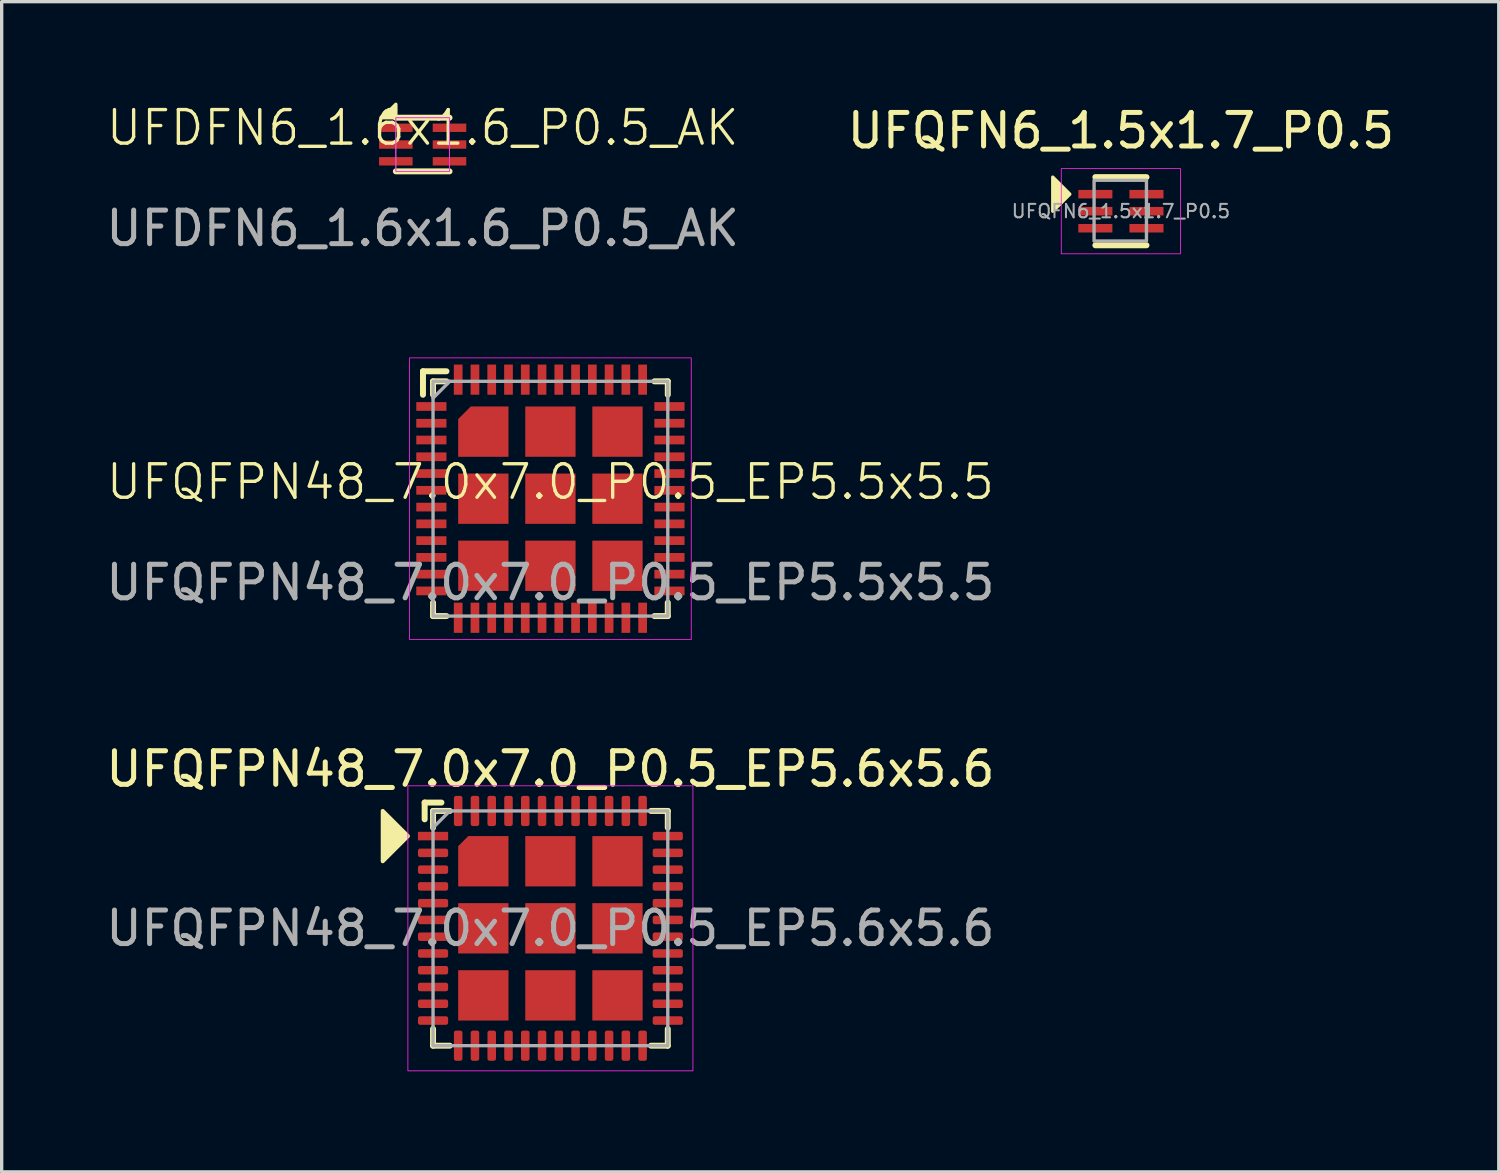
<source format=kicad_pcb>
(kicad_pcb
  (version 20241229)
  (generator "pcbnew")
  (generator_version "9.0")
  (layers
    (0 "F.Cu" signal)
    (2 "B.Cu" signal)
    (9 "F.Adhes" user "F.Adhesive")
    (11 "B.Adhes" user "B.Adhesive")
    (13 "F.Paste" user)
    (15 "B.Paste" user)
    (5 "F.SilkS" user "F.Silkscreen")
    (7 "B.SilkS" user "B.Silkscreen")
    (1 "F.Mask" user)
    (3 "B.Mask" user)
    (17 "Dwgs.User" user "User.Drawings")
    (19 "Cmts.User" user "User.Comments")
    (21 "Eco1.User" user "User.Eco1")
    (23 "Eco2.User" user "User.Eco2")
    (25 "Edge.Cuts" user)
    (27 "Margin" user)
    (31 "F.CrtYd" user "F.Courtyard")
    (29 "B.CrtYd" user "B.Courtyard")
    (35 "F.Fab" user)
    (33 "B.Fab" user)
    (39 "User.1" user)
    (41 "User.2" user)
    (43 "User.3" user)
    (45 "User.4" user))
  (footprint "UFDFN6_1.6x1.6_P0.5_AK"
    (layer "F.Cu")
    (at 9.554 1.26)
    (property "Reference" "UFDFN6_1.6x1.6_P0.5_AK" (at 0 -0.5 0) (unlocked yes) (layer "F.SilkS") (effects (font (size 1 1) (thickness 0.1))))
    (attr smd)
    (fp_line (start -0.8 -0.8) (end 0.8 -0.8) (stroke (width 0.178) (type default)) (layer "F.SilkS"))
    (fp_line (start -0.8 0.8) (end 0.8 0.8) (stroke (width 0.178) (type default)) (layer "F.SilkS"))
    (fp_poly (pts (xy -0.8 -0.8) (xy -1.2 -0.8) (xy -0.8 -1.2)) (stroke (width 0.1) (type solid)) (fill yes) (layer "F.SilkS"))
    (fp_rect (start -0.8 -0.8) (end 0.8 0.8) (stroke (width 0.025) (type default)) (fill no) (layer "F.CrtYd"))
    (fp_rect (start -0.8 0.8) (end 0.8 -0.8) (stroke (width 0.025) (type default)) (fill no) (layer "F.Fab"))
    (fp_text user "${REFERENCE}" (at 0 2.5 0) (unlocked yes) (layer "F.Fab") (effects (font (size 1 1) (thickness 0.15))))
    (pad "A" smd rect (at -0.8 -0.5) (size 1 0.25) (layers "F.Cu" "F.Mask" "F.Paste"))
    (pad "A" smd rect (at -0.8 0) (size 1 0.25) (layers "F.Cu" "F.Mask" "F.Paste"))
    (pad "A" smd rect (at -0.8 0.5) (size 1 0.25) (layers "F.Cu" "F.Mask" "F.Paste"))
    (pad "C" smd rect (at 0.8 -0.5) (size 1 0.25) (layers "F.Cu" "F.Mask" "F.Paste"))
    (pad "C" smd rect (at 0.8 0) (size 1 0.25) (layers "F.Cu" "F.Mask" "F.Paste"))
    (pad "C" smd rect (at 0.8 0.5) (size 1 0.25) (layers "F.Cu" "F.Mask" "F.Paste")))
  (footprint "UFQFPN48_7.0x7.0_P0.5_EP5.5x5.5"
    (layer "F.Cu")
    (at 13.363 11.821)
    (property "Reference" "UFQFPN48_7.0x7.0_P0.5_EP5.5x5.5" (at 0 -0.5 0) (unlocked yes) (layer "F.SilkS") (effects (font (size 1 1) (thickness 0.1))))
    (attr smd)
    (fp_line (start -3.8 -3.8) (end -3.1 -3.8) (stroke (width 0.178) (type default)) (layer "F.SilkS"))
    (fp_line (start -3.8 -3.1) (end -3.8 -3.8) (stroke (width 0.178) (type default)) (layer "F.SilkS"))
    (fp_line (start -3.5 -3.5) (end -3.1 -3.5) (stroke (width 0.178) (type default)) (layer "F.SilkS"))
    (fp_line (start -3.5 -3.1) (end -3.5 -3.5) (stroke (width 0.178) (type default)) (layer "F.SilkS"))
    (fp_line (start -3.5 3.5) (end -3.5 3.1) (stroke (width 0.178) (type default)) (layer "F.SilkS"))
    (fp_line (start -3.1 3.5) (end -3.5 3.5) (stroke (width 0.178) (type default)) (layer "F.SilkS"))
    (fp_line (start 3.1 -3.5) (end 3.5 -3.5) (stroke (width 0.178) (type default)) (layer "F.SilkS"))
    (fp_line (start 3.5 -3.5) (end 3.5 -3.1) (stroke (width 0.178) (type default)) (layer "F.SilkS"))
    (fp_line (start 3.5 3.1) (end 3.5 3.5) (stroke (width 0.178) (type default)) (layer "F.SilkS"))
    (fp_line (start 3.5 3.5) (end 3.1 3.5) (stroke (width 0.178) (type default)) (layer "F.SilkS"))
    (fp_rect (start -4.2 -4.2) (end 4.2 4.2) (stroke (width 0.025) (type default)) (fill no) (layer "F.CrtYd"))
    (fp_line (start -3.5 -3) (end -3 -3.5) (stroke (width 0.1) (type default)) (layer "F.Fab"))
    (fp_rect (start -3.5 3.5) (end 3.5 -3.5) (stroke (width 0.1) (type default)) (fill no) (layer "F.Fab"))
    (fp_text user "${REFERENCE}" (at 0 2.5 0) (unlocked yes) (layer "F.Fab") (effects (font (size 1 1) (thickness 0.15))))
    (pad "1" smd rect (at -3.55 -2.75) (size 0.9 0.26) (layers "F.Cu" "F.Mask" "F.Paste"))
    (pad "2" smd rect (at -3.55 -2.25) (size 0.9 0.26) (layers "F.Cu" "F.Mask" "F.Paste"))
    (pad "3" smd rect (at -3.55 -1.75) (size 0.9 0.26) (layers "F.Cu" "F.Mask" "F.Paste"))
    (pad "4" smd rect (at -3.55 -1.25) (size 0.9 0.26) (layers "F.Cu" "F.Mask" "F.Paste"))
    (pad "5" smd rect (at -3.55 -0.75) (size 0.9 0.26) (layers "F.Cu" "F.Mask" "F.Paste"))
    (pad "6" smd rect (at -3.55 -0.25) (size 0.9 0.26) (layers "F.Cu" "F.Mask" "F.Paste"))
    (pad "7" smd rect (at -3.55 0.25) (size 0.9 0.26) (layers "F.Cu" "F.Mask" "F.Paste"))
    (pad "8" smd rect (at -3.55 0.75) (size 0.9 0.26) (layers "F.Cu" "F.Mask" "F.Paste"))
    (pad "9" smd rect (at -3.55 1.25) (size 0.9 0.26) (layers "F.Cu" "F.Mask" "F.Paste"))
    (pad "10" smd rect (at -3.55 1.75) (size 0.9 0.26) (layers "F.Cu" "F.Mask" "F.Paste"))
    (pad "11" smd rect (at -3.55 2.25) (size 0.9 0.26) (layers "F.Cu" "F.Mask" "F.Paste"))
    (pad "12" smd rect (at -3.55 2.75) (size 0.9 0.26) (layers "F.Cu" "F.Mask" "F.Paste"))
    (pad "13" smd rect (at -2.75 3.55) (size 0.26 0.9) (layers "F.Cu" "F.Mask" "F.Paste"))
    (pad "14" smd rect (at -2.25 3.55) (size 0.26 0.9) (layers "F.Cu" "F.Mask" "F.Paste"))
    (pad "15" smd rect (at -1.75 3.55) (size 0.26 0.9) (layers "F.Cu" "F.Mask" "F.Paste"))
    (pad "16" smd rect (at -1.25 3.55) (size 0.26 0.9) (layers "F.Cu" "F.Mask" "F.Paste"))
    (pad "17" smd rect (at -0.75 3.55) (size 0.26 0.9) (layers "F.Cu" "F.Mask" "F.Paste"))
    (pad "18" smd rect (at -0.25 3.55) (size 0.26 0.9) (layers "F.Cu" "F.Mask" "F.Paste"))
    (pad "19" smd rect (at 0.25 3.55) (size 0.26 0.9) (layers "F.Cu" "F.Mask" "F.Paste"))
    (pad "20" smd rect (at 0.75 3.55) (size 0.26 0.9) (layers "F.Cu" "F.Mask" "F.Paste"))
    (pad "21" smd rect (at 1.25 3.55) (size 0.26 0.9) (layers "F.Cu" "F.Mask" "F.Paste"))
    (pad "22" smd rect (at 1.75 3.55) (size 0.26 0.9) (layers "F.Cu" "F.Mask" "F.Paste"))
    (pad "23" smd rect (at 2.25 3.55) (size 0.26 0.9) (layers "F.Cu" "F.Mask" "F.Paste"))
    (pad "24" smd rect (at 2.75 3.55) (size 0.26 0.9) (layers "F.Cu" "F.Mask" "F.Paste"))
    (pad "25" smd rect (at 3.55 2.75) (size 0.9 0.26) (layers "F.Cu" "F.Mask" "F.Paste"))
    (pad "26" smd rect (at 3.55 2.25) (size 0.9 0.26) (layers "F.Cu" "F.Mask" "F.Paste"))
    (pad "27" smd rect (at 3.55 1.75) (size 0.9 0.26) (layers "F.Cu" "F.Mask" "F.Paste"))
    (pad "28" smd rect (at 3.55 1.25) (size 0.9 0.26) (layers "F.Cu" "F.Mask" "F.Paste"))
    (pad "29" smd rect (at 3.55 0.75) (size 0.9 0.26) (layers "F.Cu" "F.Mask" "F.Paste"))
    (pad "30" smd rect (at 3.55 0.25) (size 0.9 0.26) (layers "F.Cu" "F.Mask" "F.Paste"))
    (pad "31" smd rect (at 3.55 -0.25) (size 0.9 0.26) (layers "F.Cu" "F.Mask" "F.Paste"))
    (pad "32" smd rect (at 3.55 -0.75) (size 0.9 0.26) (layers "F.Cu" "F.Mask" "F.Paste"))
    (pad "33" smd rect (at 3.55 -1.25) (size 0.9 0.26) (layers "F.Cu" "F.Mask" "F.Paste"))
    (pad "34" smd rect (at 3.55 -1.75) (size 0.9 0.26) (layers "F.Cu" "F.Mask" "F.Paste"))
    (pad "35" smd rect (at 3.55 -2.25) (size 0.9 0.26) (layers "F.Cu" "F.Mask" "F.Paste"))
    (pad "36" smd rect (at 3.55 -2.75) (size 0.9 0.26) (layers "F.Cu" "F.Mask" "F.Paste"))
    (pad "37" smd rect (at 2.75 -3.55) (size 0.26 0.9) (layers "F.Cu" "F.Mask" "F.Paste"))
    (pad "38" smd rect (at 2.25 -3.55) (size 0.26 0.9) (layers "F.Cu" "F.Mask" "F.Paste"))
    (pad "39" smd rect (at 1.75 -3.55) (size 0.26 0.9) (layers "F.Cu" "F.Mask" "F.Paste"))
    (pad "40" smd rect (at 1.25 -3.55) (size 0.26 0.9) (layers "F.Cu" "F.Mask" "F.Paste"))
    (pad "41" smd rect (at 0.75 -3.55) (size 0.26 0.9) (layers "F.Cu" "F.Mask" "F.Paste"))
    (pad "42" smd rect (at 0.25 -3.55) (size 0.26 0.9) (layers "F.Cu" "F.Mask" "F.Paste"))
    (pad "43" smd rect (at -0.25 -3.55) (size 0.26 0.9) (layers "F.Cu" "F.Mask" "F.Paste"))
    (pad "44" smd rect (at -0.75 -3.55) (size 0.26 0.9) (layers "F.Cu" "F.Mask" "F.Paste"))
    (pad "45" smd rect (at -1.25 -3.55) (size 0.26 0.9) (layers "F.Cu" "F.Mask" "F.Paste"))
    (pad "46" smd rect (at -1.75 -3.55) (size 0.26 0.9) (layers "F.Cu" "F.Mask" "F.Paste"))
    (pad "47" smd rect (at -2.25 -3.55) (size 0.26 0.9) (layers "F.Cu" "F.Mask" "F.Paste"))
    (pad "48" smd rect (at -2.75 -3.55) (size 0.26 0.9) (layers "F.Cu" "F.Mask" "F.Paste"))
    (pad "49" smd roundrect (at -2 -2) (size 1.5 1.5) (layers "F.Cu" "F.Mask" "F.Paste") (roundrect_rratio 0) (chamfer_ratio 0.25) (chamfer top_left))
    (pad "49" smd rect (at -2 0) (size 1.5 1.5) (layers "F.Cu" "F.Mask" "F.Paste"))
    (pad "49" smd rect (at -2 2) (size 1.5 1.5) (layers "F.Cu" "F.Mask" "F.Paste"))
    (pad "49" smd rect (at 0 -2) (size 1.5 1.5) (layers "F.Cu" "F.Mask" "F.Paste"))
    (pad "49" smd rect (at 0 0) (size 1.5 1.5) (layers "F.Cu" "F.Mask" "F.Paste"))
    (pad "49" smd rect (at 0 2) (size 1.5 1.5) (layers "F.Cu" "F.Mask" "F.Paste"))
    (pad "49" smd rect (at 2 -2) (size 1.5 1.5) (layers "F.Cu" "F.Mask" "F.Paste"))
    (pad "49" smd rect (at 2 0) (size 1.5 1.5) (layers "F.Cu" "F.Mask" "F.Paste"))
    (pad "49" smd rect (at 2 2) (size 1.5 1.5) (layers "F.Cu" "F.Mask" "F.Paste")))
  (footprint "UFQFPN48_7.0x7.0_P0.5_EP5.6x5.6"
    (layer "F.Cu")
    (at 13.363 24.632)
    (property "Reference" "UFQFPN48_7.0x7.0_P0.5_EP5.6x5.6" (at 0 -4.75 0) (unlocked yes) (layer "F.SilkS") (effects (font (size 1 1) (thickness 0.15))))
    (attr smd)
    (fp_line (start -3.75 -3.75) (end -3.25 -3.75) (stroke (width 0.178) (type solid)) (layer "F.SilkS"))
    (fp_line (start -3.75 -3.25) (end -3.75 -3.75) (stroke (width 0.178) (type solid)) (layer "F.SilkS"))
    (fp_line (start -3.5 -3.5) (end -3 -3.5) (stroke (width 0.178) (type solid)) (layer "F.SilkS"))
    (fp_line (start -3.5 -3) (end -3.5 -3.5) (stroke (width 0.178) (type solid)) (layer "F.SilkS"))
    (fp_line (start -3.5 3) (end -3.5 3.5) (stroke (width 0.178) (type solid)) (layer "F.SilkS"))
    (fp_line (start -3.5 3.5) (end -3 3.5) (stroke (width 0.178) (type solid)) (layer "F.SilkS"))
    (fp_line (start 3 3.5) (end 3.5 3.5) (stroke (width 0.178) (type solid)) (layer "F.SilkS"))
    (fp_line (start 3.5 -3.5) (end 3 -3.5) (stroke (width 0.178) (type solid)) (layer "F.SilkS"))
    (fp_line (start 3.5 -3) (end 3.5 -3.5) (stroke (width 0.178) (type solid)) (layer "F.SilkS"))
    (fp_line (start 3.5 3.5) (end 3.5 3) (stroke (width 0.178) (type solid)) (layer "F.SilkS"))
    (fp_poly (pts (xy -4.25 -2.75) (xy -5 -2) (xy -5 -3.5)) (stroke (width 0.12) (type solid)) (fill yes) (layer "F.SilkS"))
    (fp_rect (start -4.25 -4.25) (end 4.25 4.25) (stroke (width 0.025) (type solid)) (fill no) (layer "F.CrtYd"))
    (fp_line (start -3.5 -3) (end -3 -3.5) (stroke (width 0.1) (type solid)) (layer "F.Fab"))
    (fp_rect (start -3.5 -3.5) (end 3.5 3.5) (stroke (width 0.1) (type solid)) (fill no) (layer "F.Fab"))
    (fp_text user "${REFERENCE}" (at 0 0 0) (unlocked yes) (layer "F.Fab") (effects (font (size 1 1) (thickness 0.15))))
    (pad "1" smd rect (at -3.5 -2.75) (size 0.9 0.254) (layers "F.Cu" "F.Mask" "F.Paste"))
    (pad "2" smd roundrect (at -3.5 -2.25) (size 0.9 0.254) (layers "F.Cu" "F.Mask" "F.Paste") (roundrect_rratio 0.25))
    (pad "3" smd roundrect (at -3.5 -1.75) (size 0.9 0.254) (layers "F.Cu" "F.Mask" "F.Paste") (roundrect_rratio 0.25))
    (pad "4" smd roundrect (at -3.5 -1.25) (size 0.9 0.254) (layers "F.Cu" "F.Mask" "F.Paste") (roundrect_rratio 0.25))
    (pad "5" smd roundrect (at -3.5 -0.75) (size 0.9 0.254) (layers "F.Cu" "F.Mask" "F.Paste") (roundrect_rratio 0.25))
    (pad "6" smd roundrect (at -3.5 -0.25) (size 0.9 0.254) (layers "F.Cu" "F.Mask" "F.Paste") (roundrect_rratio 0.25))
    (pad "7" smd roundrect (at -3.5 0.25) (size 0.9 0.254) (layers "F.Cu" "F.Mask" "F.Paste") (roundrect_rratio 0.25))
    (pad "8" smd roundrect (at -3.5 0.75) (size 0.9 0.254) (layers "F.Cu" "F.Mask" "F.Paste") (roundrect_rratio 0.25))
    (pad "9" smd roundrect (at -3.5 1.25) (size 0.9 0.254) (layers "F.Cu" "F.Mask" "F.Paste") (roundrect_rratio 0.25))
    (pad "10" smd roundrect (at -3.5 1.75) (size 0.9 0.254) (layers "F.Cu" "F.Mask" "F.Paste") (roundrect_rratio 0.25))
    (pad "11" smd roundrect (at -3.5 2.25) (size 0.9 0.254) (layers "F.Cu" "F.Mask" "F.Paste") (roundrect_rratio 0.25))
    (pad "12" smd roundrect (at -3.5 2.75) (size 0.9 0.254) (layers "F.Cu" "F.Mask" "F.Paste") (roundrect_rratio 0.25))
    (pad "13" smd roundrect (at -2.75 3.5) (size 0.254 0.9) (layers "F.Cu" "F.Mask" "F.Paste") (roundrect_rratio 0.25))
    (pad "14" smd roundrect (at -2.25 3.5) (size 0.254 0.9) (layers "F.Cu" "F.Mask" "F.Paste") (roundrect_rratio 0.25))
    (pad "15" smd roundrect (at -1.75 3.5) (size 0.254 0.9) (layers "F.Cu" "F.Mask" "F.Paste") (roundrect_rratio 0.25))
    (pad "16" smd roundrect (at -1.25 3.5) (size 0.254 0.9) (layers "F.Cu" "F.Mask" "F.Paste") (roundrect_rratio 0.25))
    (pad "17" smd roundrect (at -0.75 3.5) (size 0.254 0.9) (layers "F.Cu" "F.Mask" "F.Paste") (roundrect_rratio 0.25))
    (pad "18" smd roundrect (at -0.25 3.5) (size 0.254 0.9) (layers "F.Cu" "F.Mask" "F.Paste") (roundrect_rratio 0.25))
    (pad "19" smd roundrect (at 0.25 3.5) (size 0.254 0.9) (layers "F.Cu" "F.Mask" "F.Paste") (roundrect_rratio 0.25))
    (pad "20" smd roundrect (at 0.75 3.5) (size 0.254 0.9) (layers "F.Cu" "F.Mask" "F.Paste") (roundrect_rratio 0.25))
    (pad "21" smd roundrect (at 1.25 3.5) (size 0.254 0.9) (layers "F.Cu" "F.Mask" "F.Paste") (roundrect_rratio 0.25))
    (pad "22" smd roundrect (at 1.75 3.5) (size 0.254 0.9) (layers "F.Cu" "F.Mask" "F.Paste") (roundrect_rratio 0.25))
    (pad "23" smd roundrect (at 2.25 3.5) (size 0.254 0.9) (layers "F.Cu" "F.Mask" "F.Paste") (roundrect_rratio 0.25))
    (pad "24" smd roundrect (at 2.75 3.5) (size 0.254 0.9) (layers "F.Cu" "F.Mask" "F.Paste") (roundrect_rratio 0.25))
    (pad "25" smd roundrect (at 3.5 2.75) (size 0.9 0.254) (layers "F.Cu" "F.Mask" "F.Paste") (roundrect_rratio 0.25))
    (pad "26" smd roundrect (at 3.5 2.25) (size 0.9 0.254) (layers "F.Cu" "F.Mask" "F.Paste") (roundrect_rratio 0.25))
    (pad "27" smd roundrect (at 3.5 1.75) (size 0.9 0.254) (layers "F.Cu" "F.Mask" "F.Paste") (roundrect_rratio 0.25))
    (pad "28" smd roundrect (at 3.5 1.25) (size 0.9 0.254) (layers "F.Cu" "F.Mask" "F.Paste") (roundrect_rratio 0.25))
    (pad "29" smd roundrect (at 3.5 0.75) (size 0.9 0.254) (layers "F.Cu" "F.Mask" "F.Paste") (roundrect_rratio 0.25))
    (pad "30" smd roundrect (at 3.5 0.25) (size 0.9 0.254) (layers "F.Cu" "F.Mask" "F.Paste") (roundrect_rratio 0.25))
    (pad "31" smd roundrect (at 3.5 -0.25) (size 0.9 0.254) (layers "F.Cu" "F.Mask" "F.Paste") (roundrect_rratio 0.25))
    (pad "32" smd roundrect (at 3.5 -0.75) (size 0.9 0.254) (layers "F.Cu" "F.Mask" "F.Paste") (roundrect_rratio 0.25))
    (pad "33" smd roundrect (at 3.5 -1.25) (size 0.9 0.254) (layers "F.Cu" "F.Mask" "F.Paste") (roundrect_rratio 0.25))
    (pad "34" smd roundrect (at 3.5 -1.75) (size 0.9 0.254) (layers "F.Cu" "F.Mask" "F.Paste") (roundrect_rratio 0.25))
    (pad "35" smd roundrect (at 3.5 -2.25) (size 0.9 0.254) (layers "F.Cu" "F.Mask" "F.Paste") (roundrect_rratio 0.25))
    (pad "36" smd roundrect (at 3.5 -2.75) (size 0.9 0.254) (layers "F.Cu" "F.Mask" "F.Paste") (roundrect_rratio 0.25))
    (pad "37" smd roundrect (at 2.75 -3.5) (size 0.254 0.9) (layers "F.Cu" "F.Mask" "F.Paste") (roundrect_rratio 0.25))
    (pad "38" smd roundrect (at 2.25 -3.5) (size 0.254 0.9) (layers "F.Cu" "F.Mask" "F.Paste") (roundrect_rratio 0.25))
    (pad "39" smd roundrect (at 1.75 -3.5) (size 0.254 0.9) (layers "F.Cu" "F.Mask" "F.Paste") (roundrect_rratio 0.25))
    (pad "40" smd roundrect (at 1.25 -3.5) (size 0.254 0.9) (layers "F.Cu" "F.Mask" "F.Paste") (roundrect_rratio 0.25))
    (pad "41" smd roundrect (at 0.75 -3.5) (size 0.254 0.9) (layers "F.Cu" "F.Mask" "F.Paste") (roundrect_rratio 0.25))
    (pad "42" smd roundrect (at 0.25 -3.5) (size 0.254 0.9) (layers "F.Cu" "F.Mask" "F.Paste") (roundrect_rratio 0.25))
    (pad "43" smd roundrect (at -0.25 -3.5) (size 0.254 0.9) (layers "F.Cu" "F.Mask" "F.Paste") (roundrect_rratio 0.25))
    (pad "44" smd roundrect (at -0.75 -3.5) (size 0.254 0.9) (layers "F.Cu" "F.Mask" "F.Paste") (roundrect_rratio 0.25))
    (pad "45" smd roundrect (at -1.25 -3.5) (size 0.254 0.9) (layers "F.Cu" "F.Mask" "F.Paste") (roundrect_rratio 0.25))
    (pad "46" smd roundrect (at -1.75 -3.5) (size 0.254 0.9) (layers "F.Cu" "F.Mask" "F.Paste") (roundrect_rratio 0.25))
    (pad "47" smd roundrect (at -2.25 -3.5) (size 0.254 0.9) (layers "F.Cu" "F.Mask" "F.Paste") (roundrect_rratio 0.25))
    (pad "48" smd roundrect (at -2.75 -3.5) (size 0.254 0.9) (layers "F.Cu" "F.Mask" "F.Paste") (roundrect_rratio 0.25))
    (pad "49" smd roundrect (at -2 -2) (size 1.5 1.5) (layers "F.Cu" "F.Mask" "F.Paste") (roundrect_rratio 0) (chamfer_ratio 0.2) (chamfer top_left))
    (pad "49" smd rect (at -2 0) (size 1.5 1.5) (layers "F.Cu" "F.Mask" "F.Paste"))
    (pad "49" smd rect (at -2 2) (size 1.5 1.5) (layers "F.Cu" "F.Mask" "F.Paste"))
    (pad "49" smd rect (at 0 -2) (size 1.5 1.5) (layers "F.Cu" "F.Mask" "F.Paste"))
    (pad "49" smd rect (at 0 0) (size 1.5 1.5) (layers "F.Cu" "F.Mask" "F.Paste"))
    (pad "49" smd rect (at 0 2) (size 1.5 1.5) (layers "F.Cu" "F.Mask" "F.Paste"))
    (pad "49" smd rect (at 2 -2) (size 1.5 1.5) (layers "F.Cu" "F.Mask" "F.Paste"))
    (pad "49" smd rect (at 2 0) (size 1.5 1.5) (layers "F.Cu" "F.Mask" "F.Paste"))
    (pad "49" smd rect (at 2 2) (size 1.5 1.5) (layers "F.Cu" "F.Mask" "F.Paste")))
  (footprint "UFQFN6_1.5x1.7_P0.5"
    (layer "F.Cu")
    (at 30.375 3.248)
    (property "Reference" "UFQFN6_1.5x1.7_P0.5" (at 0 -2.4 0) (layer "F.SilkS") (effects (font (size 1 1) (thickness 0.15))))
    (attr smd)
    (fp_line (start -0.762 1.016) (end 0.762 1.016) (stroke (width 0.178) (type solid)) (layer "F.SilkS"))
    (fp_line (start 0.762 -1.016) (end -0.762 -1.016) (stroke (width 0.178) (type solid)) (layer "F.SilkS"))
    (fp_poly (pts (xy -1.524 -0.508) (xy -2.032 0) (xy -2.032 -1.016)) (stroke (width 0.1) (type solid)) (fill yes) (layer "F.SilkS"))
    (fp_rect (start -1.778 -1.27) (end 1.778 1.27) (stroke (width 0.025) (type solid)) (fill no) (layer "F.CrtYd"))
    (fp_rect (start -0.8 -0.923) (end 0.762 0.889) (stroke (width 0.1) (type solid)) (fill no) (layer "F.Fab"))
    (fp_text user "${REFERENCE}" (at 0 0 0) (layer "F.Fab") (effects (font (size 0.4 0.4) (thickness 0.06))))
    (pad "1" smd rect (at -0.762 -0.508) (size 1.016 0.254) (layers "F.Cu" "F.Mask" "F.Paste"))
    (pad "2" smd rect (at -0.762 0) (size 1.016 0.254) (layers "F.Cu" "F.Mask" "F.Paste"))
    (pad "3" smd rect (at -0.762 0.508) (size 1.016 0.254) (layers "F.Cu" "F.Mask" "F.Paste"))
    (pad "4" smd rect (at 0.762 0.508) (size 1.016 0.254) (layers "F.Cu" "F.Mask" "F.Paste"))
    (pad "5" smd rect (at 0.762 0) (size 1.016 0.254) (layers "F.Cu" "F.Mask" "F.Paste"))
    (pad "6" smd rect (at 0.762 -0.508) (size 1.016 0.254) (layers "F.Cu" "F.Mask" "F.Paste")))
  (gr_rect
    (start -3 -3)
    (end 41.643 31.895)
    (stroke (width 0.1) (type default))
    (fill no)
    (layer "Edge.Cuts")))
</source>
